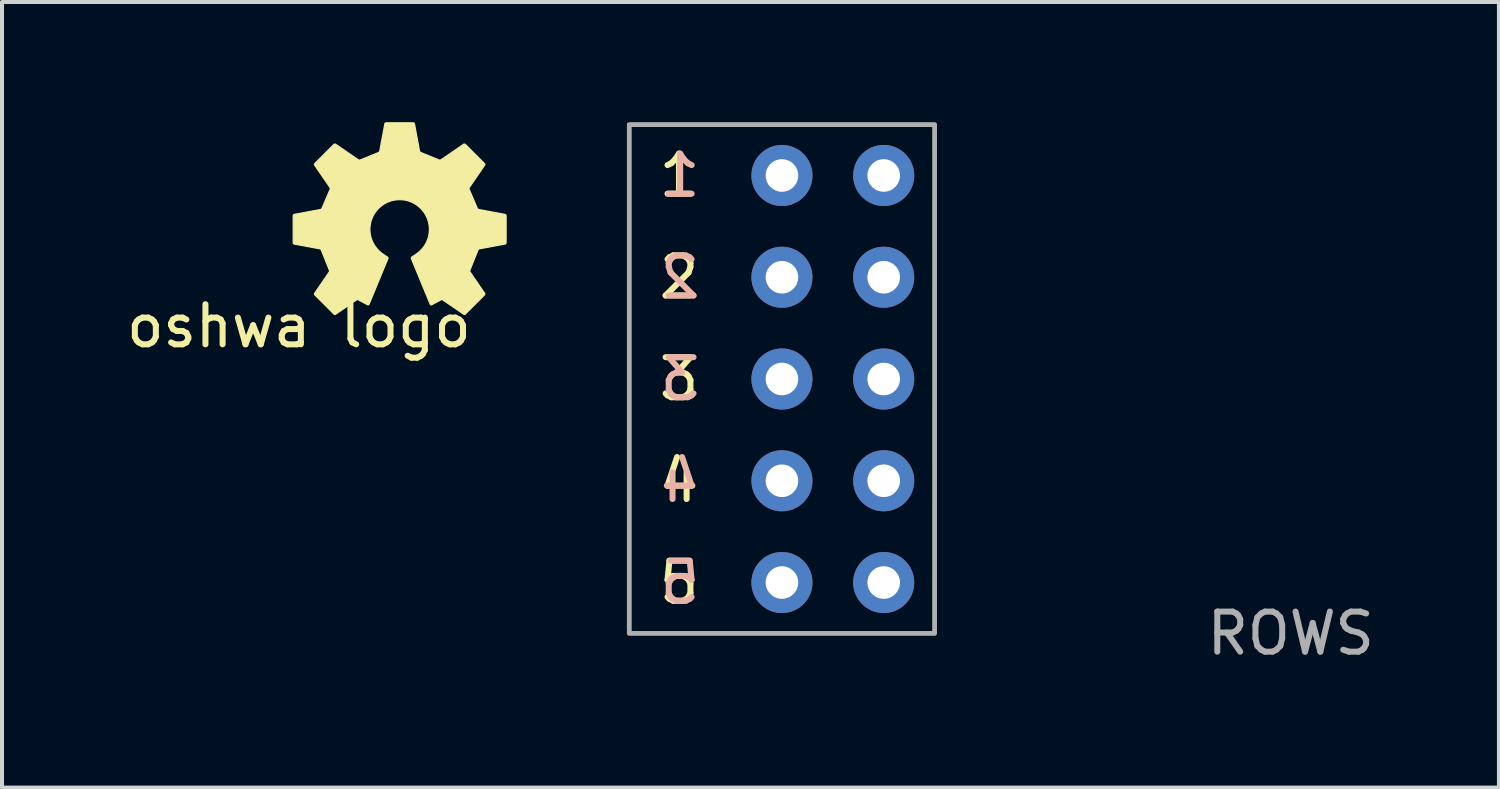
<source format=kicad_pcb>
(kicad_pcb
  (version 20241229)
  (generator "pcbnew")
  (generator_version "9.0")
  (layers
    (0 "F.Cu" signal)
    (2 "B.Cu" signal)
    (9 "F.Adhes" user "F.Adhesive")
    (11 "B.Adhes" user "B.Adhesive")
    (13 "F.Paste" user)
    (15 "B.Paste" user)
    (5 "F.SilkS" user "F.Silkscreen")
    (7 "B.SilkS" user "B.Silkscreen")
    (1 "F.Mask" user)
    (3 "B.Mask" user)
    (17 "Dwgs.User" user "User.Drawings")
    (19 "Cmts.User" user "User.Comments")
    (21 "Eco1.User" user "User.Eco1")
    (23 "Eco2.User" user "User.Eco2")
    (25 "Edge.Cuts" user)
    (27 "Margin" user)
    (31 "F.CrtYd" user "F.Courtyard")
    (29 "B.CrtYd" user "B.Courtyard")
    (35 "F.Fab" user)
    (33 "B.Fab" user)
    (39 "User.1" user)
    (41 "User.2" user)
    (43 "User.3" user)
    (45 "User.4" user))
  (footprint "ROWS"
    (layer "F.Cu")
    (at 16.467 1.33)
    (property "Reference" "ROWS" (at 12.7 11.43 0) (unlocked yes) (layer "F.Fab") (effects (font (size 1 1) (thickness 0.15))))
    (attr through_hole)
    (fp_rect (start 3.81 -1.27) (end -3.81 11.43) (stroke (width 0.12) (type solid)) (fill no) (layer "F.Fab"))
    (fp_text user "2" (at -2.57 2.54 0) (unlocked yes) (layer "F.SilkS") (effects (font (size 1 1) (thickness 0.15))))
    (fp_text user "4" (at -2.57 7.62 0) (unlocked yes) (layer "F.SilkS") (effects (font (size 1 1) (thickness 0.15))))
    (fp_text user "3" (at -2.57 5.08 0) (unlocked yes) (layer "F.SilkS") (effects (font (size 1 1) (thickness 0.15))))
    (fp_text user "5" (at -2.57 10.16 0) (unlocked yes) (layer "F.SilkS") (effects (font (size 1 1) (thickness 0.15))))
    (fp_text user "1" (at -2.57 0 0) (unlocked yes) (layer "F.SilkS") (effects (font (size 1 1) (thickness 0.15))))
    (fp_text user "2" (at -2.54 2.54 0) (unlocked yes) (layer "B.SilkS") (effects (font (size 1 1) (thickness 0.15)) (justify mirror)))
    (fp_text user "1" (at -2.54 0 0) (unlocked yes) (layer "B.SilkS") (effects (font (size 1 1) (thickness 0.15)) (justify mirror)))
    (fp_text user "5" (at -2.54 10.16 0) (unlocked yes) (layer "B.SilkS") (effects (font (size 1 1) (thickness 0.15)) (justify mirror)))
    (fp_text user "4" (at -2.54 7.62 0) (unlocked yes) (layer "B.SilkS") (effects (font (size 1 1) (thickness 0.15)) (justify mirror)))
    (fp_text user "3" (at -2.54 5.08 0) (unlocked yes) (layer "B.SilkS") (effects (font (size 1 1) (thickness 0.15)) (justify mirror)))
    (pad "1" thru_hole circle (at 0 0) (size 1.524 1.524) (drill 0.813) (layers "*.Cu" "*.Mask"))
    (pad "1" thru_hole circle (at 2.54 0) (size 1.524 1.524) (drill 0.813) (layers "*.Cu" "*.Mask"))
    (pad "2" thru_hole circle (at 0 2.54) (size 1.524 1.524) (drill 0.813) (layers "*.Cu" "*.Mask"))
    (pad "2" thru_hole circle (at 2.54 2.54) (size 1.524 1.524) (drill 0.813) (layers "*.Cu" "*.Mask"))
    (pad "3" thru_hole circle (at 0 5.08) (size 1.524 1.524) (drill 0.813) (layers "*.Cu" "*.Mask"))
    (pad "3" thru_hole circle (at 2.54 5.08) (size 1.524 1.524) (drill 0.813) (layers "*.Cu" "*.Mask"))
    (pad "4" thru_hole circle (at 0 7.62) (size 1.524 1.524) (drill 0.813) (layers "*.Cu" "*.Mask"))
    (pad "4" thru_hole circle (at 2.54 7.62) (size 1.524 1.524) (drill 0.813) (layers "*.Cu" "*.Mask"))
    (pad "5" thru_hole circle (at 0 10.16) (size 1.524 1.524) (drill 0.813) (layers "*.Cu" "*.Mask"))
    (pad "5" thru_hole circle (at 2.54 10.16) (size 1.524 1.524) (drill 0.813) (layers "*.Cu" "*.Mask")))
  (footprint "oshwa logo"
    (layer "F.Cu")
    (at 6.951 2.549)
    (property "Reference" "oshwa logo" (at -2.54 2.54 0) (unlocked yes) (layer "F.SilkS") (effects (font (size 1 1) (thickness 0.15))))
    (fp_poly (pts (xy 0.311 -2.534) (xy 0.313 -2.534) (xy 0.314 -2.534) (xy 0.316 -2.534) (xy 0.317 -2.533) (xy 0.319 -2.533) (xy 0.32 -2.533) (xy 0.322 -2.532) (xy 0.323 -2.531) (xy 0.324 -2.531) (xy 0.326 -2.53) (xy 0.327 -2.529) (xy 0.328 -2.529) (xy 0.33 -2.528) (xy 0.331 -2.527) (xy 0.332 -2.526) (xy 0.333 -2.525) (xy 0.334 -2.524) (xy 0.336 -2.523) (xy 0.337 -2.522) (xy 0.338 -2.52) (xy 0.339 -2.519) (xy 0.339 -2.518) (xy 0.34 -2.517) (xy 0.341 -2.515) (xy 0.342 -2.514) (xy 0.342 -2.513) (xy 0.343 -2.511) (xy 0.343 -2.51) (xy 0.344 -2.508) (xy 0.344 -2.507) (xy 0.345 -2.505) (xy 0.47 -1.831) (xy 0.471 -1.829) (xy 0.471 -1.828) (xy 0.472 -1.825) (xy 0.473 -1.822) (xy 0.475 -1.819) (xy 0.476 -1.816) (xy 0.478 -1.813) (xy 0.48 -1.81) (xy 0.482 -1.807) (xy 0.485 -1.805) (xy 0.487 -1.803) (xy 0.49 -1.8) (xy 0.492 -1.798) (xy 0.495 -1.796) (xy 0.498 -1.795) (xy 0.499 -1.794) (xy 0.501 -1.794) (xy 0.502 -1.793) (xy 0.504 -1.792) (xy 0.956 -1.607) (xy 0.959 -1.606) (xy 0.962 -1.605) (xy 0.965 -1.604) (xy 0.968 -1.604) (xy 0.971 -1.603) (xy 0.975 -1.603) (xy 0.978 -1.603) (xy 0.982 -1.603) (xy 0.985 -1.603) (xy 0.988 -1.604) (xy 0.992 -1.605) (xy 0.995 -1.605) (xy 0.998 -1.607) (xy 1.001 -1.608) (xy 1.004 -1.609) (xy 1.007 -1.611) (xy 1.57 -1.998) (xy 1.572 -1.999) (xy 1.573 -1.999) (xy 1.574 -2) (xy 1.576 -2.001) (xy 1.577 -2.001) (xy 1.578 -2.002) (xy 1.58 -2.002) (xy 1.581 -2.003) (xy 1.583 -2.003) (xy 1.584 -2.003) (xy 1.587 -2.004) (xy 1.59 -2.004) (xy 1.594 -2.003) (xy 1.597 -2.003) (xy 1.6 -2.002) (xy 1.603 -2.002) (xy 1.604 -2.001) (xy 1.605 -2) (xy 1.607 -2) (xy 1.608 -1.999) (xy 1.609 -1.998) (xy 1.611 -1.997) (xy 1.612 -1.997) (xy 1.613 -1.996) (xy 1.614 -1.995) (xy 1.615 -1.994) (xy 2.09 -1.519) (xy 2.091 -1.518) (xy 2.092 -1.517) (xy 2.093 -1.515) (xy 2.094 -1.514) (xy 2.095 -1.513) (xy 2.096 -1.512) (xy 2.097 -1.509) (xy 2.098 -1.506) (xy 2.099 -1.503) (xy 2.1 -1.5) (xy 2.1 -1.497) (xy 2.1 -1.494) (xy 2.1 -1.491) (xy 2.1 -1.488) (xy 2.099 -1.485) (xy 2.098 -1.482) (xy 2.098 -1.48) (xy 2.097 -1.479) (xy 2.097 -1.478) (xy 2.096 -1.476) (xy 2.095 -1.475) (xy 2.094 -1.474) (xy 1.714 -0.92) (xy 1.713 -0.917) (xy 1.711 -0.914) (xy 1.71 -0.911) (xy 1.709 -0.908) (xy 1.708 -0.905) (xy 1.707 -0.902) (xy 1.707 -0.898) (xy 1.706 -0.895) (xy 1.706 -0.891) (xy 1.706 -0.888) (xy 1.707 -0.885) (xy 1.707 -0.881) (xy 1.708 -0.878) (xy 1.709 -0.875) (xy 1.71 -0.872) (xy 1.711 -0.869) (xy 1.911 -0.403) (xy 1.912 -0.4) (xy 1.914 -0.397) (xy 1.915 -0.394) (xy 1.917 -0.391) (xy 1.919 -0.389) (xy 1.921 -0.386) (xy 1.924 -0.384) (xy 1.926 -0.381) (xy 1.929 -0.379) (xy 1.932 -0.377) (xy 1.935 -0.375) (xy 1.938 -0.374) (xy 1.941 -0.372) (xy 1.944 -0.371) (xy 1.947 -0.37) (xy 1.95 -0.37) (xy 2.602 -0.248) (xy 2.603 -0.248) (xy 2.605 -0.247) (xy 2.606 -0.247) (xy 2.608 -0.246) (xy 2.609 -0.246) (xy 2.611 -0.245) (xy 2.612 -0.245) (xy 2.613 -0.244) (xy 2.616 -0.242) (xy 2.618 -0.24) (xy 2.62 -0.238) (xy 2.622 -0.236) (xy 2.624 -0.233) (xy 2.626 -0.231) (xy 2.627 -0.228) (xy 2.628 -0.227) (xy 2.629 -0.225) (xy 2.629 -0.224) (xy 2.63 -0.222) (xy 2.63 -0.221) (xy 2.63 -0.219) (xy 2.631 -0.218) (xy 2.631 -0.216) (xy 2.631 -0.215) (xy 2.631 -0.213) (xy 2.631 0.458) (xy 2.631 0.46) (xy 2.631 0.461) (xy 2.63 0.463) (xy 2.63 0.464) (xy 2.63 0.466) (xy 2.629 0.467) (xy 2.629 0.469) (xy 2.629 0.47) (xy 2.628 0.471) (xy 2.627 0.473) (xy 2.627 0.474) (xy 2.626 0.476) (xy 2.625 0.477) (xy 2.624 0.478) (xy 2.623 0.479) (xy 2.622 0.481) (xy 2.621 0.482) (xy 2.62 0.483) (xy 2.619 0.484) (xy 2.618 0.485) (xy 2.617 0.486) (xy 2.616 0.487) (xy 2.614 0.488) (xy 2.613 0.489) (xy 2.612 0.489) (xy 2.61 0.49) (xy 2.609 0.491) (xy 2.608 0.491) (xy 2.606 0.492) (xy 2.605 0.492) (xy 2.603 0.493) (xy 2.602 0.493) (xy 1.965 0.611) (xy 1.964 0.612) (xy 1.962 0.612) (xy 1.961 0.613) (xy 1.959 0.613) (xy 1.956 0.614) (xy 1.954 0.616) (xy 1.951 0.617) (xy 1.948 0.619) (xy 1.945 0.621) (xy 1.942 0.623) (xy 1.94 0.626) (xy 1.938 0.628) (xy 1.935 0.631) (xy 1.933 0.634) (xy 1.932 0.636) (xy 1.93 0.639) (xy 1.929 0.642) (xy 1.928 0.643) (xy 1.928 0.645) (xy 1.729 1.141) (xy 1.728 1.144) (xy 1.727 1.147) (xy 1.726 1.15) (xy 1.725 1.153) (xy 1.725 1.157) (xy 1.725 1.16) (xy 1.725 1.164) (xy 1.725 1.167) (xy 1.725 1.17) (xy 1.726 1.174) (xy 1.726 1.177) (xy 1.727 1.18) (xy 1.728 1.184) (xy 1.73 1.186) (xy 1.731 1.189) (xy 1.733 1.192) (xy 2.094 1.719) (xy 2.095 1.72) (xy 2.096 1.721) (xy 2.097 1.723) (xy 2.097 1.724) (xy 2.098 1.725) (xy 2.098 1.727) (xy 2.099 1.728) (xy 2.099 1.73) (xy 2.099 1.731) (xy 2.1 1.733) (xy 2.1 1.736) (xy 2.1 1.739) (xy 2.1 1.742) (xy 2.1 1.745) (xy 2.099 1.748) (xy 2.098 1.751) (xy 2.097 1.752) (xy 2.097 1.754) (xy 2.096 1.755) (xy 2.096 1.756) (xy 2.095 1.758) (xy 2.094 1.759) (xy 2.093 1.76) (xy 2.092 1.762) (xy 2.091 1.763) (xy 2.09 1.764) (xy 1.615 2.239) (xy 1.614 2.24) (xy 1.613 2.241) (xy 1.612 2.242) (xy 1.611 2.242) (xy 1.609 2.243) (xy 1.608 2.244) (xy 1.605 2.245) (xy 1.602 2.246) (xy 1.6 2.247) (xy 1.597 2.248) (xy 1.593 2.248) (xy 1.59 2.248) (xy 1.587 2.248) (xy 1.584 2.248) (xy 1.581 2.248) (xy 1.578 2.247) (xy 1.577 2.246) (xy 1.576 2.246) (xy 1.574 2.245) (xy 1.573 2.244) (xy 1.571 2.244) (xy 1.57 2.243) (xy 1.053 1.888) (xy 1.05 1.886) (xy 1.047 1.885) (xy 1.044 1.883) (xy 1.041 1.882) (xy 1.038 1.881) (xy 1.035 1.881) (xy 1.032 1.88) (xy 1.028 1.88) (xy 1.025 1.88) (xy 1.021 1.88) (xy 1.018 1.881) (xy 1.015 1.881) (xy 1.012 1.882) (xy 1.009 1.883) (xy 1.006 1.884) (xy 1.003 1.886) (xy 0.775 2.008) (xy 0.774 2.008) (xy 0.772 2.009) (xy 0.771 2.009) (xy 0.769 2.01) (xy 0.768 2.01) (xy 0.767 2.01) (xy 0.765 2.011) (xy 0.764 2.011) (xy 0.762 2.011) (xy 0.761 2.011) (xy 0.76 2.011) (xy 0.758 2.01) (xy 0.757 2.01) (xy 0.756 2.01) (xy 0.754 2.01) (xy 0.753 2.009) (xy 0.752 2.009) (xy 0.751 2.008) (xy 0.749 2.007) (xy 0.748 2.007) (xy 0.747 2.006) (xy 0.746 2.005) (xy 0.745 2.004) (xy 0.744 2.003) (xy 0.743 2.002) (xy 0.742 2.001) (xy 0.741 2) (xy 0.74 1.999) (xy 0.739 1.998) (xy 0.739 1.997) (xy 0.738 1.995) (xy 0.737 1.994) (xy 0.267 0.857) (xy 0.266 0.856) (xy 0.266 0.854) (xy 0.266 0.853) (xy 0.265 0.851) (xy 0.265 0.85) (xy 0.265 0.848) (xy 0.265 0.847) (xy 0.265 0.845) (xy 0.265 0.844) (xy 0.265 0.842) (xy 0.265 0.841) (xy 0.265 0.839) (xy 0.265 0.838) (xy 0.266 0.836) (xy 0.266 0.835) (xy 0.266 0.833) (xy 0.267 0.832) (xy 0.267 0.83) (xy 0.268 0.829) (xy 0.269 0.828) (xy 0.269 0.826) (xy 0.27 0.825) (xy 0.271 0.824) (xy 0.272 0.823) (xy 0.273 0.821) (xy 0.274 0.82) (xy 0.275 0.819) (xy 0.276 0.818) (xy 0.277 0.817) (xy 0.278 0.816) (xy 0.279 0.815) (xy 0.281 0.814) (xy 0.338 0.779) (xy 0.342 0.777) (xy 0.346 0.774) (xy 0.351 0.771) (xy 0.356 0.767) (xy 0.36 0.763) (xy 0.365 0.759) (xy 0.37 0.756) (xy 0.374 0.752) (xy 0.412 0.726) (xy 0.448 0.698) (xy 0.482 0.668) (xy 0.514 0.635) (xy 0.545 0.601) (xy 0.573 0.565) (xy 0.599 0.527) (xy 0.623 0.488) (xy 0.644 0.447) (xy 0.662 0.405) (xy 0.679 0.361) (xy 0.692 0.316) (xy 0.703 0.27) (xy 0.71 0.223) (xy 0.715 0.175) (xy 0.717 0.126) (xy 0.716 0.088) (xy 0.713 0.05) (xy 0.708 0.013) (xy 0.701 -0.023) (xy 0.693 -0.059) (xy 0.683 -0.095) (xy 0.672 -0.129) (xy 0.658 -0.163) (xy 0.643 -0.196) (xy 0.627 -0.228) (xy 0.609 -0.259) (xy 0.59 -0.289) (xy 0.569 -0.318) (xy 0.547 -0.346) (xy 0.524 -0.373) (xy 0.499 -0.399) (xy 0.473 -0.423) (xy 0.446 -0.447) (xy 0.418 -0.469) (xy 0.389 -0.489) (xy 0.359 -0.509) (xy 0.328 -0.527) (xy 0.296 -0.543) (xy 0.263 -0.558) (xy 0.229 -0.571) (xy 0.195 -0.583) (xy 0.16 -0.593) (xy 0.124 -0.601) (xy 0.087 -0.608) (xy 0.05 -0.612) (xy 0.012 -0.615) (xy -0.026 -0.616) (xy -0.064 -0.615) (xy -0.102 -0.612) (xy -0.139 -0.608) (xy -0.176 -0.601) (xy -0.212 -0.593) (xy -0.247 -0.583) (xy -0.281 -0.571) (xy -0.315 -0.558) (xy -0.348 -0.543) (xy -0.38 -0.527) (xy -0.411 -0.509) (xy -0.441 -0.489) (xy -0.47 -0.469) (xy -0.498 -0.447) (xy -0.525 -0.423) (xy -0.551 -0.399) (xy -0.576 -0.373) (xy -0.599 -0.346) (xy -0.621 -0.318) (xy -0.642 -0.289) (xy -0.661 -0.259) (xy -0.679 -0.228) (xy -0.695 -0.196) (xy -0.71 -0.163) (xy -0.723 -0.129) (xy -0.735 -0.095) (xy -0.745 -0.059) (xy -0.753 -0.023) (xy -0.76 0.013) (xy -0.765 0.05) (xy -0.768 0.088) (xy -0.769 0.126) (xy -0.768 0.151) (xy -0.767 0.175) (xy -0.765 0.199) (xy -0.762 0.223) (xy -0.759 0.247) (xy -0.755 0.27) (xy -0.75 0.293) (xy -0.744 0.316) (xy -0.738 0.339) (xy -0.731 0.361) (xy -0.723 0.383) (xy -0.714 0.405) (xy -0.705 0.426) (xy -0.696 0.447) (xy -0.674 0.488) (xy -0.651 0.527) (xy -0.625 0.565) (xy -0.597 0.601) (xy -0.566 0.635) (xy -0.534 0.668) (xy -0.5 0.698) (xy -0.464 0.726) (xy -0.426 0.752) (xy -0.422 0.756) (xy -0.417 0.759) (xy -0.412 0.763) (xy -0.408 0.767) (xy -0.403 0.771) (xy -0.398 0.774) (xy -0.394 0.777) (xy -0.39 0.779) (xy -0.333 0.814) (xy -0.331 0.815) (xy -0.33 0.816) (xy -0.329 0.817) (xy -0.328 0.818) (xy -0.327 0.819) (xy -0.326 0.82) (xy -0.324 0.823) (xy -0.322 0.825) (xy -0.321 0.828) (xy -0.319 0.83) (xy -0.318 0.833) (xy -0.317 0.836) (xy -0.317 0.839) (xy -0.316 0.842) (xy -0.316 0.845) (xy -0.317 0.848) (xy -0.317 0.85) (xy -0.317 0.851) (xy -0.317 0.853) (xy -0.318 0.854) (xy -0.318 0.856) (xy -0.319 0.857) (xy -0.789 1.994) (xy -0.79 1.995) (xy -0.791 1.997) (xy -0.791 1.998) (xy -0.792 1.999) (xy -0.793 2) (xy -0.794 2.001) (xy -0.795 2.002) (xy -0.796 2.003) (xy -0.797 2.004) (xy -0.798 2.005) (xy -0.799 2.006) (xy -0.8 2.007) (xy -0.801 2.007) (xy -0.803 2.008) (xy -0.804 2.009) (xy -0.805 2.009) (xy -0.806 2.01) (xy -0.808 2.01) (xy -0.809 2.01) (xy -0.81 2.01) (xy -0.812 2.011) (xy -0.813 2.011) (xy -0.814 2.011) (xy -0.816 2.011) (xy -0.817 2.011) (xy -0.819 2.01) (xy -0.82 2.01) (xy -0.821 2.01) (xy -0.823 2.009) (xy -0.824 2.009) (xy -0.826 2.008) (xy -0.827 2.008) (xy -1.055 1.886) (xy -1.058 1.884) (xy -1.061 1.883) (xy -1.064 1.882) (xy -1.067 1.881) (xy -1.07 1.881) (xy -1.073 1.88) (xy -1.077 1.88) (xy -1.08 1.88) (xy -1.083 1.88) (xy -1.087 1.881) (xy -1.09 1.881) (xy -1.093 1.882) (xy -1.096 1.883) (xy -1.099 1.884) (xy -1.102 1.886) (xy -1.105 1.888) (xy -1.622 2.243) (xy -1.623 2.244) (xy -1.625 2.244) (xy -1.626 2.245) (xy -1.627 2.246) (xy -1.629 2.246) (xy -1.63 2.247) (xy -1.632 2.247) (xy -1.633 2.247) (xy -1.635 2.248) (xy -1.636 2.248) (xy -1.639 2.248) (xy -1.642 2.248) (xy -1.645 2.248) (xy -1.648 2.248) (xy -1.651 2.247) (xy -1.654 2.246) (xy -1.656 2.246) (xy -1.657 2.245) (xy -1.659 2.245) (xy -1.66 2.244) (xy -1.661 2.243) (xy -1.663 2.242) (xy -1.664 2.241) (xy -1.665 2.241) (xy -1.666 2.24) (xy -1.667 2.239) (xy -2.142 1.764) (xy -2.143 1.763) (xy -2.144 1.761) (xy -2.145 1.76) (xy -2.146 1.759) (xy -2.147 1.758) (xy -2.147 1.756) (xy -2.149 1.754) (xy -2.15 1.751) (xy -2.151 1.748) (xy -2.151 1.745) (xy -2.152 1.742) (xy -2.152 1.739) (xy -2.152 1.736) (xy -2.152 1.733) (xy -2.151 1.73) (xy -2.15 1.727) (xy -2.15 1.725) (xy -2.149 1.724) (xy -2.149 1.723) (xy -2.148 1.721) (xy -2.147 1.72) (xy -2.146 1.719) (xy -1.785 1.192) (xy -1.783 1.189) (xy -1.782 1.186) (xy -1.78 1.183) (xy -1.779 1.18) (xy -1.778 1.177) (xy -1.778 1.174) (xy -1.777 1.17) (xy -1.777 1.167) (xy -1.777 1.164) (xy -1.777 1.16) (xy -1.777 1.157) (xy -1.777 1.153) (xy -1.778 1.15) (xy -1.779 1.147) (xy -1.78 1.144) (xy -1.781 1.141) (xy -1.98 0.645) (xy -1.98 0.643) (xy -1.981 0.642) (xy -1.982 0.639) (xy -1.984 0.636) (xy -1.985 0.634) (xy -1.987 0.631) (xy -1.99 0.628) (xy -1.992 0.626) (xy -1.994 0.623) (xy -1.997 0.621) (xy -2 0.619) (xy -2.003 0.617) (xy -2.006 0.616) (xy -2.008 0.614) (xy -2.011 0.613) (xy -2.014 0.612) (xy -2.016 0.612) (xy -2.017 0.611) (xy -2.654 0.493) (xy -2.655 0.493) (xy -2.657 0.492) (xy -2.658 0.492) (xy -2.66 0.491) (xy -2.661 0.491) (xy -2.662 0.49) (xy -2.664 0.489) (xy -2.665 0.489) (xy -2.666 0.488) (xy -2.668 0.487) (xy -2.67 0.485) (xy -2.672 0.483) (xy -2.674 0.481) (xy -2.676 0.478) (xy -2.678 0.476) (xy -2.679 0.473) (xy -2.68 0.47) (xy -2.681 0.469) (xy -2.681 0.467) (xy -2.682 0.466) (xy -2.682 0.464) (xy -2.682 0.463) (xy -2.683 0.461) (xy -2.683 0.46) (xy -2.683 0.458) (xy -2.683 -0.213) (xy -2.683 -0.215) (xy -2.683 -0.216) (xy -2.682 -0.218) (xy -2.682 -0.219) (xy -2.682 -0.221) (xy -2.682 -0.222) (xy -2.681 -0.224) (xy -2.681 -0.225) (xy -2.68 -0.227) (xy -2.679 -0.228) (xy -2.679 -0.229) (xy -2.678 -0.231) (xy -2.677 -0.232) (xy -2.676 -0.233) (xy -2.675 -0.234) (xy -2.674 -0.236) (xy -2.673 -0.237) (xy -2.672 -0.238) (xy -2.671 -0.239) (xy -2.67 -0.24) (xy -2.669 -0.241) (xy -2.668 -0.242) (xy -2.666 -0.243) (xy -2.665 -0.244) (xy -2.664 -0.245) (xy -2.662 -0.245) (xy -2.661 -0.246) (xy -2.66 -0.246) (xy -2.658 -0.247) (xy -2.657 -0.247) (xy -2.655 -0.248) (xy -2.654 -0.248) (xy -2.001 -0.37) (xy -2 -0.37) (xy -1.998 -0.37) (xy -1.995 -0.371) (xy -1.992 -0.372) (xy -1.989 -0.374) (xy -1.987 -0.375) (xy -1.984 -0.377) (xy -1.981 -0.379) (xy -1.978 -0.381) (xy -1.976 -0.384) (xy -1.973 -0.386) (xy -1.971 -0.389) (xy -1.969 -0.391) (xy -1.967 -0.394) (xy -1.965 -0.397) (xy -1.964 -0.4) (xy -1.963 -0.401) (xy -1.963 -0.403) (xy -1.763 -0.869) (xy -1.762 -0.872) (xy -1.76 -0.875) (xy -1.76 -0.878) (xy -1.759 -0.881) (xy -1.758 -0.885) (xy -1.758 -0.888) (xy -1.758 -0.891) (xy -1.758 -0.895) (xy -1.759 -0.898) (xy -1.759 -0.902) (xy -1.76 -0.905) (xy -1.761 -0.908) (xy -1.762 -0.911) (xy -1.763 -0.914) (xy -1.764 -0.917) (xy -1.766 -0.92) (xy -2.146 -1.474) (xy -2.147 -1.475) (xy -2.148 -1.476) (xy -2.148 -1.478) (xy -2.149 -1.479) (xy -2.15 -1.48) (xy -2.15 -1.482) (xy -2.151 -1.483) (xy -2.151 -1.485) (xy -2.151 -1.486) (xy -2.152 -1.488) (xy -2.152 -1.491) (xy -2.152 -1.494) (xy -2.152 -1.497) (xy -2.151 -1.5) (xy -2.151 -1.503) (xy -2.15 -1.506) (xy -2.149 -1.507) (xy -2.149 -1.509) (xy -2.148 -1.51) (xy -2.147 -1.512) (xy -2.147 -1.513) (xy -2.146 -1.514) (xy -2.145 -1.515) (xy -2.144 -1.517) (xy -2.143 -1.518) (xy -2.142 -1.519) (xy -1.667 -1.994) (xy -1.666 -1.995) (xy -1.665 -1.996) (xy -1.664 -1.997) (xy -1.662 -1.997) (xy -1.661 -1.998) (xy -1.66 -1.999) (xy -1.657 -2) (xy -1.654 -2.002) (xy -1.651 -2.002) (xy -1.648 -2.003) (xy -1.645 -2.003) (xy -1.642 -2.004) (xy -1.639 -2.004) (xy -1.636 -2.003) (xy -1.633 -2.003) (xy -1.63 -2.002) (xy -1.629 -2.001) (xy -1.627 -2.001) (xy -1.626 -2) (xy -1.625 -1.999) (xy -1.623 -1.999) (xy -1.622 -1.998) (xy -1.058 -1.611) (xy -1.056 -1.609) (xy -1.053 -1.608) (xy -1.05 -1.607) (xy -1.047 -1.605) (xy -1.044 -1.605) (xy -1.04 -1.604) (xy -1.037 -1.603) (xy -1.033 -1.603) (xy -1.03 -1.603) (xy -1.027 -1.603) (xy -1.023 -1.603) (xy -1.02 -1.604) (xy -1.017 -1.604) (xy -1.013 -1.605) (xy -1.01 -1.606) (xy -1.008 -1.607) (xy -0.555 -1.792) (xy -0.552 -1.794) (xy -0.55 -1.795) (xy -0.547 -1.796) (xy -0.544 -1.798) (xy -0.541 -1.8) (xy -0.539 -1.803) (xy -0.536 -1.805) (xy -0.534 -1.807) (xy -0.532 -1.81) (xy -0.53 -1.813) (xy -0.528 -1.816) (xy -0.526 -1.819) (xy -0.525 -1.822) (xy -0.524 -1.825) (xy -0.523 -1.828) (xy -0.522 -1.831) (xy -0.396 -2.505) (xy -0.396 -2.507) (xy -0.396 -2.508) (xy -0.395 -2.51) (xy -0.395 -2.511) (xy -0.394 -2.513) (xy -0.394 -2.514) (xy -0.393 -2.515) (xy -0.392 -2.517) (xy -0.391 -2.518) (xy -0.39 -2.519) (xy -0.388 -2.522) (xy -0.386 -2.524) (xy -0.384 -2.526) (xy -0.382 -2.528) (xy -0.379 -2.529) (xy -0.376 -2.531) (xy -0.375 -2.531) (xy -0.374 -2.532) (xy -0.372 -2.533) (xy -0.371 -2.533) (xy -0.369 -2.533) (xy -0.368 -2.534) (xy -0.366 -2.534) (xy -0.365 -2.534) (xy -0.363 -2.534) (xy -0.362 -2.534) (xy 0.31 -2.534)) (stroke (width 0.03) (type solid)) (fill yes) (layer "F.SilkS")))
  (gr_rect
    (start -3 -3)
    (end 34.363 16.608)
    (stroke (width 0.1) (type default))
    (fill no)
    (layer "Edge.Cuts")))
</source>
